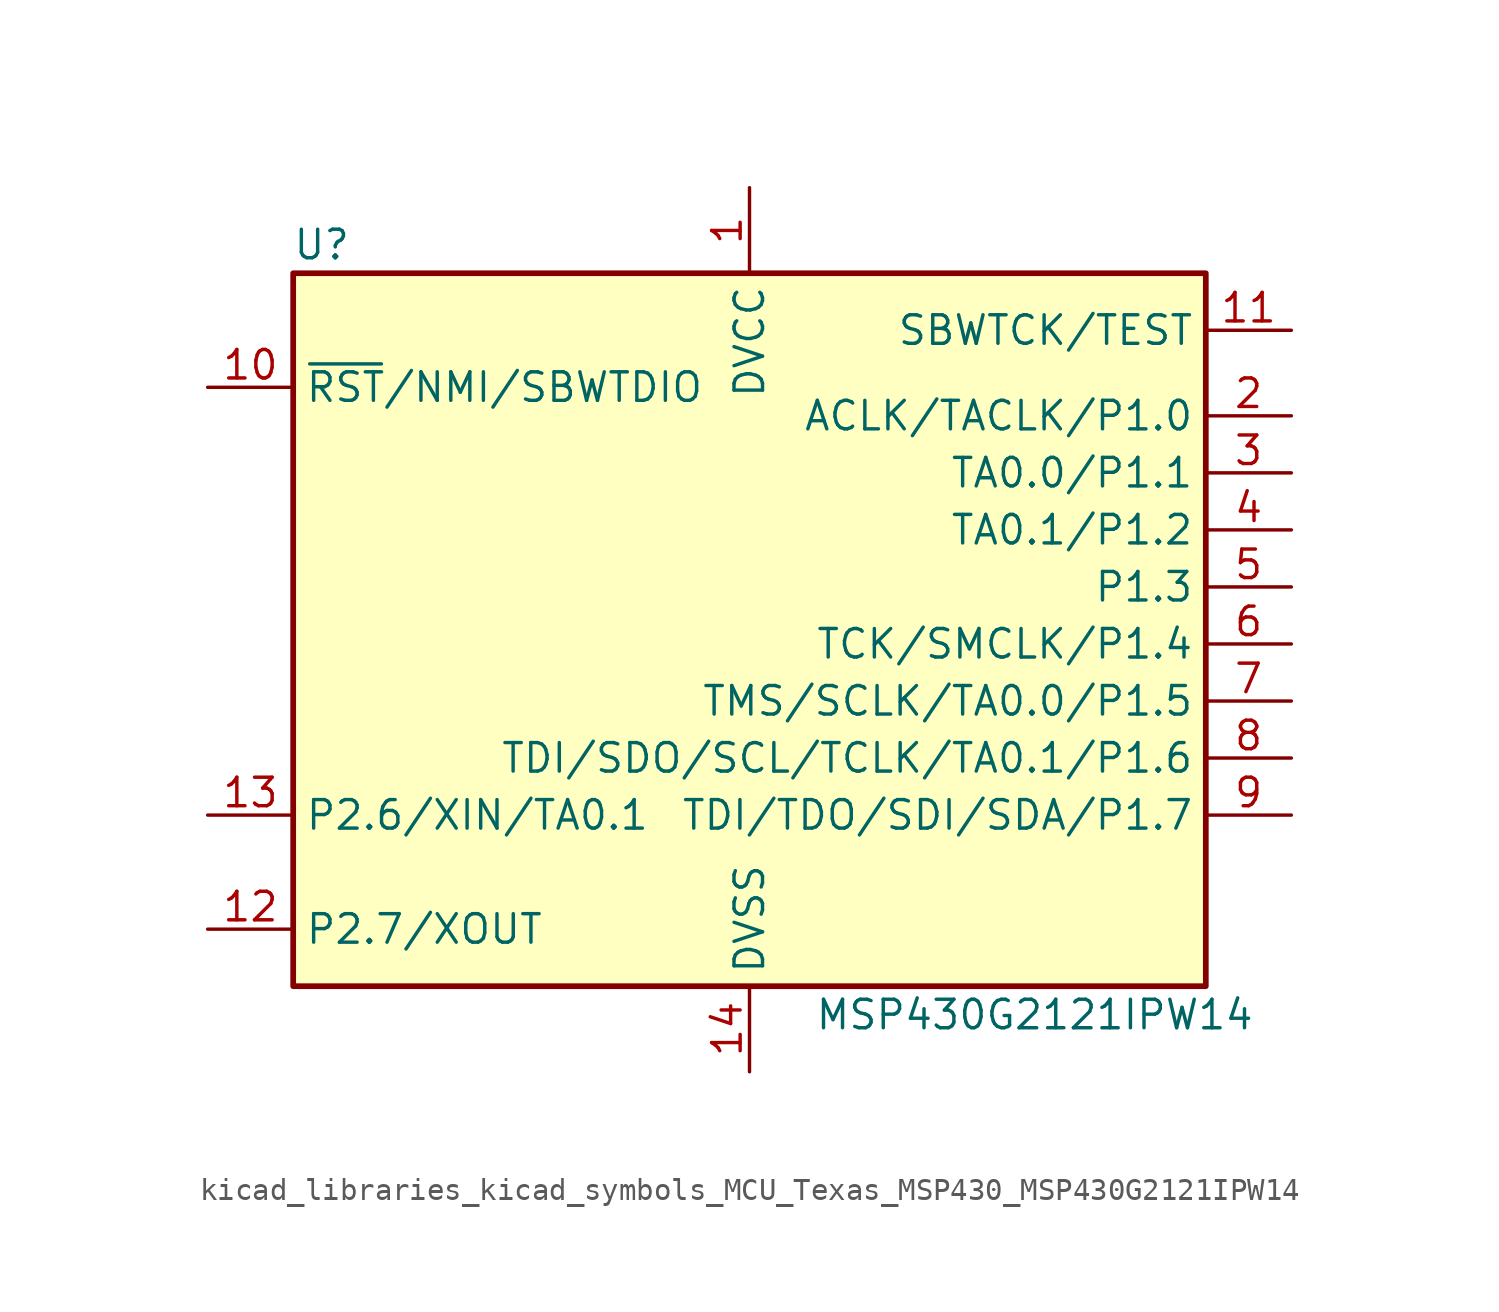
<source format=kicad_sym>
(kicad_symbol_lib
  (version 20220914)
  (generator kicad_symbol_editor)
  (symbol "kicad_libraries_kicad_symbols_MCU_Texas_MSP430_MSP430G2121IPW14"
    (property "Reference" "U"
      (at -19.05 17.78 0)
      (effects (font (size 1.27 1.27))))
    (property "Value" "MSP430G2121IPW14"
      (at 12.7 -16.51 0)
      (effects (font (size 1.27 1.27))))
    (symbol "kicad_libraries_kicad_symbols_MCU_Texas_MSP430_MSP430G2121IPW14_0_1"
      (rectangle (start -20.32 16.51) (end 20.32 -15.24) (stroke (width 0.254) (type default)) (fill (type background))))
    (symbol "kicad_libraries_kicad_symbols_MCU_Texas_MSP430_MSP430G2121IPW14_1_1"
      (pin power_in line (at 0 20.32 270) (length 3.81) (name "DVCC" (effects (font (size 1.27 1.27)))) (number "1" (effects (font (size 1.27 1.27)))))
      (pin input line (at -24.13 11.43 0) (length 3.81) (name "~{RST}/NMI/SBWTDIO" (effects (font (size 1.27 1.27)))) (number "10" (effects (font (size 1.27 1.27)))))
      (pin input line (at 24.13 13.97 180) (length 3.81) (name "SBWTCK/TEST" (effects (font (size 1.27 1.27)))) (number "11" (effects (font (size 1.27 1.27)))))
      (pin bidirectional line (at -24.13 -12.7 0) (length 3.81) (name "P2.7/XOUT" (effects (font (size 1.27 1.27)))) (number "12" (effects (font (size 1.27 1.27)))))
      (pin bidirectional line (at -24.13 -7.62 0) (length 3.81) (name "P2.6/XIN/TA0.1" (effects (font (size 1.27 1.27)))) (number "13" (effects (font (size 1.27 1.27)))))
      (pin power_in line (at 0 -19.05 90) (length 3.81) (name "DVSS" (effects (font (size 1.27 1.27)))) (number "14" (effects (font (size 1.27 1.27)))))
      (pin bidirectional line (at 24.13 10.16 180) (length 3.81) (name "ACLK/TACLK/P1.0" (effects (font (size 1.27 1.27)))) (number "2" (effects (font (size 1.27 1.27)))))
      (pin bidirectional line (at 24.13 7.62 180) (length 3.81) (name "TA0.0/P1.1" (effects (font (size 1.27 1.27)))) (number "3" (effects (font (size 1.27 1.27)))))
      (pin bidirectional line (at 24.13 5.08 180) (length 3.81) (name "TA0.1/P1.2" (effects (font (size 1.27 1.27)))) (number "4" (effects (font (size 1.27 1.27)))))
      (pin bidirectional line (at 24.13 2.54 180) (length 3.81) (name "P1.3" (effects (font (size 1.27 1.27)))) (number "5" (effects (font (size 1.27 1.27)))))
      (pin bidirectional line (at 24.13 0 180) (length 3.81) (name "TCK/SMCLK/P1.4" (effects (font (size 1.27 1.27)))) (number "6" (effects (font (size 1.27 1.27)))))
      (pin bidirectional line (at 24.13 -2.54 180) (length 3.81) (name "TMS/SCLK/TA0.0/P1.5" (effects (font (size 1.27 1.27)))) (number "7" (effects (font (size 1.27 1.27)))))
      (pin bidirectional line (at 24.13 -5.08 180) (length 3.81) (name "TDI/SDO/SCL/TCLK/TA0.1/P1.6" (effects (font (size 1.27 1.27)))) (number "8" (effects (font (size 1.27 1.27)))))
      (pin bidirectional line (at 24.13 -7.62 180) (length 3.81) (name "TDI/TDO/SDI/SDA/P1.7" (effects (font (size 1.27 1.27)))) (number "9" (effects (font (size 1.27 1.27))))))))
</source>
